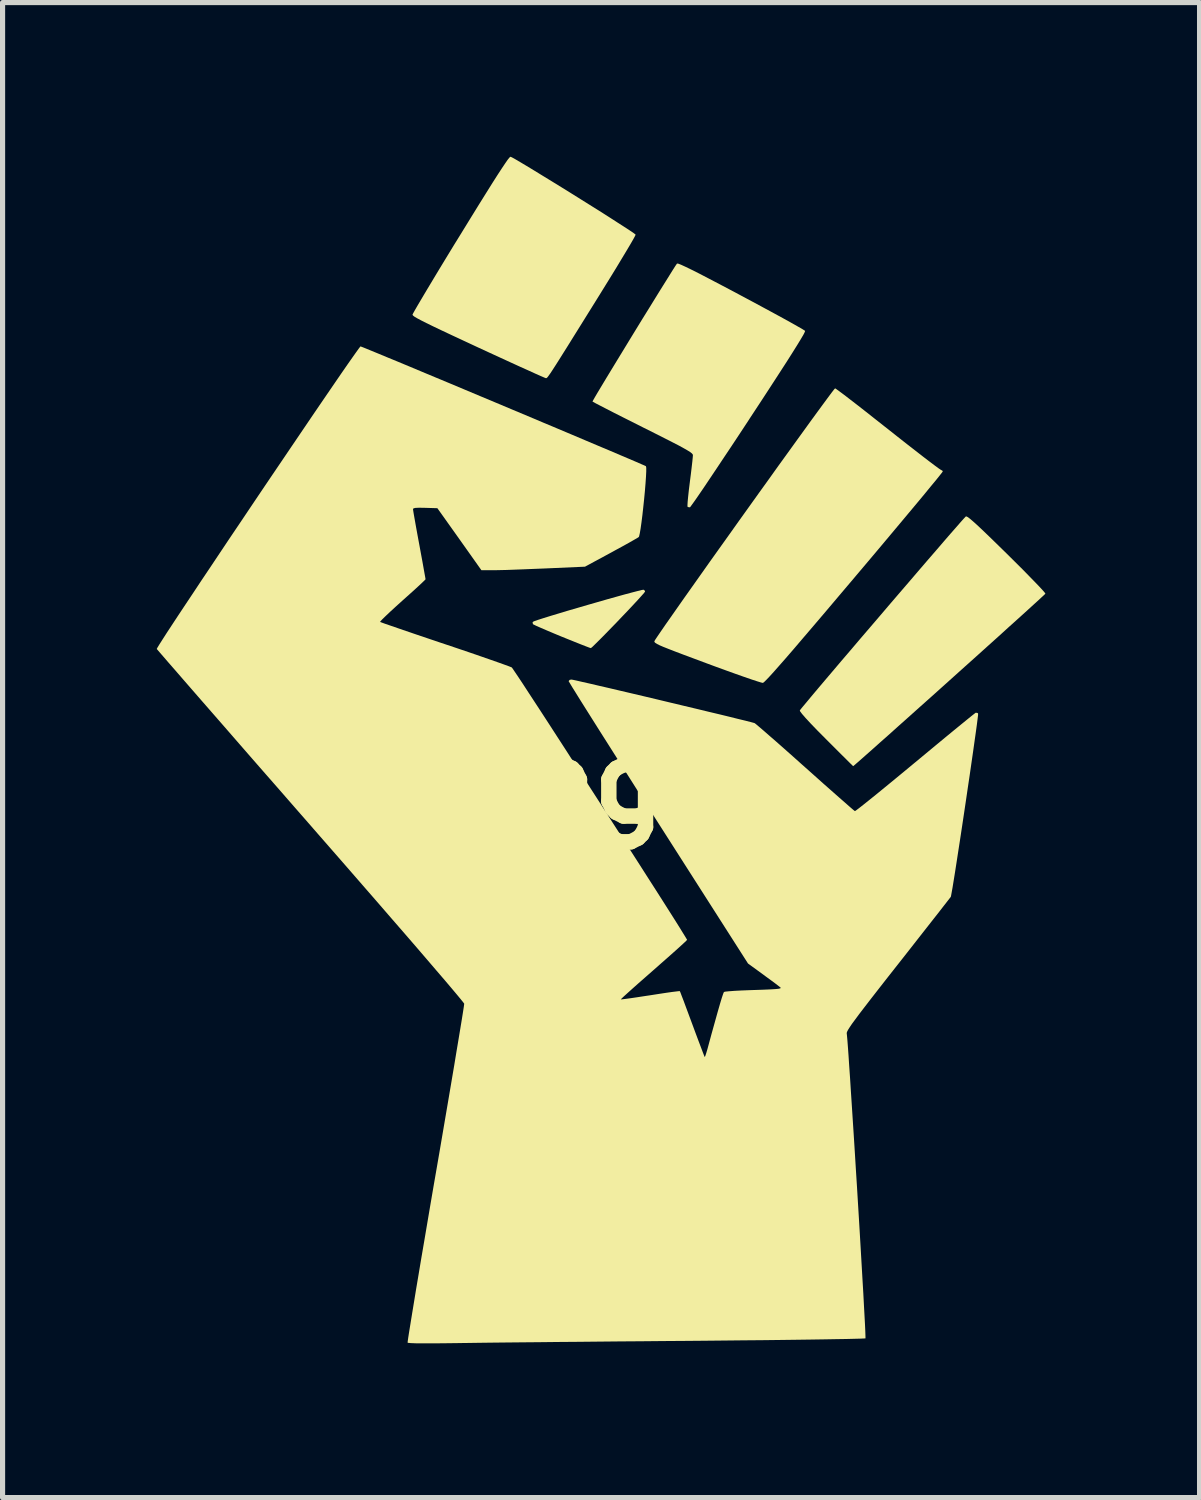
<source format=kicad_pcb>
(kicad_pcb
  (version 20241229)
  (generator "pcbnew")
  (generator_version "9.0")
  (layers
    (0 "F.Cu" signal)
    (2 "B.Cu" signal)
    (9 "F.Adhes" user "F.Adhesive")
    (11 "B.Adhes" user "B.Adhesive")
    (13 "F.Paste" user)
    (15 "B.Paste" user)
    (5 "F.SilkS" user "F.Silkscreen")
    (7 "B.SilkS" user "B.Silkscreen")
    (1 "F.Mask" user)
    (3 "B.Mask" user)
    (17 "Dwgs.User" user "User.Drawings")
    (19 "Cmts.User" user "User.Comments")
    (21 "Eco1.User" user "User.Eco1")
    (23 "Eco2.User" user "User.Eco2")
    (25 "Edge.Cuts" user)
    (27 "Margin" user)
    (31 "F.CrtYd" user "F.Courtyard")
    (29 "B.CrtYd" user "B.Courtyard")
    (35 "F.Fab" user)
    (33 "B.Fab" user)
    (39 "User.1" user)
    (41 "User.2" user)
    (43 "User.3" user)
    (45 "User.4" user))
  (footprint "logo"
    (layer "F.Cu")
    (at 8.796 12.15)
    (property "Reference" "logo" (at 0 0 0) (layer "F.SilkS") (effects (font (size 1.5 1.5) (thickness 0.3))))
    (attr board_only exclude_from_pos_files exclude_from_bom)
    (fp_poly (pts (xy 0.678 -3.725) (xy 0.704 -3.701) (xy 0.704 -3.689) (xy 0.685 -3.662) (xy 0.636 -3.607) (xy 0.564 -3.527) (xy 0.474 -3.43) (xy 0.37 -3.319) (xy 0.257 -3.201) (xy 0.141 -3.079) (xy 0.026 -2.961) (xy -0.082 -2.85) (xy -0.178 -2.753) (xy -0.258 -2.674) (xy -0.315 -2.618) (xy -0.347 -2.591) (xy -0.35 -2.59) (xy -0.38 -2.599) (xy -0.448 -2.625) (xy -0.548 -2.664) (xy -0.673 -2.714) (xy -0.817 -2.772) (xy -0.916 -2.812) (xy -1.068 -2.875) (xy -1.205 -2.933) (xy -1.321 -2.983) (xy -1.41 -3.022) (xy -1.463 -3.048) (xy -1.476 -3.055) (xy -1.484 -3.089) (xy -1.475 -3.102) (xy -1.445 -3.116) (xy -1.375 -3.14) (xy -1.269 -3.174) (xy -1.134 -3.216) (xy -0.975 -3.264) (xy -0.799 -3.317) (xy -0.61 -3.372) (xy -0.415 -3.429) (xy -0.22 -3.485) (xy -0.029 -3.54) (xy 0.15 -3.59) (xy 0.312 -3.635) (xy 0.451 -3.672) (xy 0.563 -3.701) (xy 0.639 -3.72) (xy 0.676 -3.726)) (stroke (width 0) (type solid)) (fill yes) (layer "F.SilkS"))
    (fp_poly (pts (xy 6.961 -5.151) (xy 6.99 -5.135) (xy 7.036 -5.099) (xy 7.101 -5.043) (xy 7.189 -4.963) (xy 7.301 -4.857) (xy 7.441 -4.722) (xy 7.61 -4.557) (xy 7.74 -4.43) (xy 7.899 -4.272) (xy 8.047 -4.125) (xy 8.179 -3.99) (xy 8.293 -3.873) (xy 8.385 -3.777) (xy 8.451 -3.705) (xy 8.488 -3.661) (xy 8.494 -3.649) (xy 8.476 -3.63) (xy 8.424 -3.582) (xy 8.342 -3.506) (xy 8.232 -3.406) (xy 8.097 -3.283) (xy 7.941 -3.142) (xy 7.765 -2.984) (xy 7.575 -2.811) (xy 7.371 -2.628) (xy 7.157 -2.435) (xy 6.936 -2.237) (xy 6.711 -2.035) (xy 6.485 -1.832) (xy 6.261 -1.631) (xy 6.041 -1.435) (xy 5.829 -1.245) (xy 5.628 -1.066) (xy 5.441 -0.898) (xy 5.269 -0.746) (xy 5.118 -0.611) (xy 4.989 -0.497) (xy 4.885 -0.405) (xy 4.809 -0.339) (xy 4.765 -0.301) (xy 4.754 -0.293) (xy 4.736 -0.31) (xy 4.688 -0.357) (xy 4.615 -0.43) (xy 4.519 -0.525) (xy 4.406 -0.638) (xy 4.28 -0.764) (xy 4.229 -0.815) (xy 4.065 -0.98) (xy 3.931 -1.119) (xy 3.829 -1.229) (xy 3.758 -1.311) (xy 3.721 -1.361) (xy 3.716 -1.376) (xy 3.732 -1.399) (xy 3.778 -1.455) (xy 3.851 -1.542) (xy 3.947 -1.658) (xy 4.065 -1.798) (xy 4.202 -1.96) (xy 4.355 -2.14) (xy 4.522 -2.337) (xy 4.701 -2.546) (xy 4.887 -2.765) (xy 5.08 -2.99) (xy 5.276 -3.219) (xy 5.472 -3.449) (xy 5.667 -3.676) (xy 5.858 -3.898) (xy 6.041 -4.112) (xy 6.214 -4.313) (xy 6.376 -4.5) (xy 6.522 -4.67) (xy 6.651 -4.819) (xy 6.761 -4.944) (xy 6.847 -5.043) (xy 6.908 -5.111) (xy 6.942 -5.147) (xy 6.946 -5.151)) (stroke (width 0) (type solid)) (fill yes) (layer "F.SilkS"))
    (fp_poly (pts (xy -1.885 -12.138) (xy -1.82 -12.102) (xy -1.723 -12.045) (xy -1.599 -11.971) (xy -1.452 -11.882) (xy -1.286 -11.78) (xy -1.106 -11.67) (xy -0.916 -11.553) (xy -0.721 -11.432) (xy -0.526 -11.31) (xy -0.334 -11.19) (xy -0.151 -11.075) (xy 0.019 -10.967) (xy 0.171 -10.869) (xy 0.302 -10.785) (xy 0.406 -10.717) (xy 0.48 -10.667) (xy 0.517 -10.639) (xy 0.521 -10.635) (xy 0.511 -10.61) (xy 0.477 -10.547) (xy 0.421 -10.45) (xy 0.346 -10.324) (xy 0.254 -10.171) (xy 0.148 -9.995) (xy 0.029 -9.801) (xy -0.101 -9.591) (xy -0.211 -9.413) (xy -0.393 -9.121) (xy -0.551 -8.867) (xy -0.687 -8.649) (xy -0.802 -8.464) (xy -0.899 -8.31) (xy -0.978 -8.184) (xy -1.043 -8.082) (xy -1.094 -8.003) (xy -1.133 -7.943) (xy -1.163 -7.901) (xy -1.184 -7.872) (xy -1.199 -7.854) (xy -1.21 -7.845) (xy -1.218 -7.842) (xy -1.224 -7.842) (xy -1.226 -7.842) (xy -1.254 -7.853) (xy -1.321 -7.882) (xy -1.425 -7.928) (xy -1.561 -7.99) (xy -1.726 -8.064) (xy -1.914 -8.15) (xy -2.123 -8.246) (xy -2.347 -8.349) (xy -2.54 -8.438) (xy -2.819 -8.568) (xy -3.057 -8.679) (xy -3.257 -8.773) (xy -3.42 -8.851) (xy -3.551 -8.915) (xy -3.652 -8.966) (xy -3.727 -9.006) (xy -3.778 -9.036) (xy -3.807 -9.058) (xy -3.819 -9.073) (xy -3.82 -9.077) (xy -3.807 -9.105) (xy -3.77 -9.171) (xy -3.712 -9.271) (xy -3.634 -9.403) (xy -3.539 -9.563) (xy -3.428 -9.748) (xy -3.304 -9.954) (xy -3.168 -10.178) (xy -3.023 -10.416) (xy -2.887 -10.636) (xy -2.697 -10.945) (xy -2.531 -11.214) (xy -2.387 -11.445) (xy -2.265 -11.64) (xy -2.163 -11.8) (xy -2.08 -11.927) (xy -2.015 -12.024) (xy -1.967 -12.093) (xy -1.934 -12.134) (xy -1.915 -12.15) (xy -1.913 -12.15)) (stroke (width 0) (type solid)) (fill yes) (layer "F.SilkS"))
    (fp_poly (pts (xy 1.351 -10.07) (xy 1.405 -10.049) (xy 1.49 -10.01) (xy 1.61 -9.952) (xy 1.765 -9.874) (xy 1.957 -9.774) (xy 2.188 -9.653) (xy 2.459 -9.51) (xy 2.58 -9.445) (xy 2.805 -9.325) (xy 3.018 -9.21) (xy 3.214 -9.104) (xy 3.39 -9.008) (xy 3.54 -8.925) (xy 3.662 -8.856) (xy 3.752 -8.805) (xy 3.805 -8.772) (xy 3.819 -8.762) (xy 3.813 -8.741) (xy 3.787 -8.689) (xy 3.739 -8.607) (xy 3.669 -8.492) (xy 3.576 -8.343) (xy 3.46 -8.16) (xy 3.319 -7.942) (xy 3.153 -7.686) (xy 2.962 -7.393) (xy 2.743 -7.06) (xy 2.726 -7.033) (xy 2.555 -6.773) (xy 2.391 -6.525) (xy 2.236 -6.293) (xy 2.093 -6.078) (xy 1.963 -5.884) (xy 1.849 -5.714) (xy 1.752 -5.572) (xy 1.674 -5.459) (xy 1.617 -5.38) (xy 1.585 -5.336) (xy 1.577 -5.329) (xy 1.539 -5.334) (xy 1.531 -5.342) (xy 1.53 -5.371) (xy 1.534 -5.441) (xy 1.544 -5.544) (xy 1.558 -5.672) (xy 1.576 -5.817) (xy 1.577 -5.826) (xy 1.596 -5.974) (xy 1.612 -6.109) (xy 1.625 -6.221) (xy 1.633 -6.302) (xy 1.636 -6.344) (xy 1.636 -6.344) (xy 1.632 -6.359) (xy 1.616 -6.378) (xy 1.586 -6.402) (xy 1.537 -6.433) (xy 1.466 -6.474) (xy 1.37 -6.527) (xy 1.244 -6.592) (xy 1.085 -6.673) (xy 0.889 -6.772) (xy 0.659 -6.887) (xy 0.457 -6.989) (xy 0.27 -7.083) (xy 0.1 -7.169) (xy -0.046 -7.244) (xy -0.166 -7.306) (xy -0.253 -7.351) (xy -0.305 -7.38) (xy -0.318 -7.388) (xy -0.305 -7.412) (xy -0.27 -7.474) (xy -0.214 -7.569) (xy -0.14 -7.692) (xy -0.051 -7.84) (xy 0.051 -8.008) (xy 0.163 -8.192) (xy 0.282 -8.387) (xy 0.405 -8.589) (xy 0.531 -8.795) (xy 0.656 -8.999) (xy 0.779 -9.197) (xy 0.895 -9.385) (xy 1.003 -9.56) (xy 1.1 -9.715) (xy 1.183 -9.848) (xy 1.249 -9.954) (xy 1.297 -10.029) (xy 1.324 -10.068) (xy 1.328 -10.072)) (stroke (width 0) (type solid)) (fill yes) (layer "F.SilkS"))
    (fp_poly (pts (xy 4.427 -7.629) (xy 4.486 -7.586) (xy 4.576 -7.519) (xy 4.693 -7.429) (xy 4.833 -7.321) (xy 4.993 -7.196) (xy 5.169 -7.057) (xy 5.358 -6.908) (xy 5.432 -6.85) (xy 5.624 -6.698) (xy 5.806 -6.555) (xy 5.973 -6.425) (xy 6.121 -6.31) (xy 6.248 -6.213) (xy 6.349 -6.137) (xy 6.42 -6.085) (xy 6.459 -6.059) (xy 6.464 -6.057) (xy 6.494 -6.039) (xy 6.497 -6.026) (xy 6.481 -6.003) (xy 6.436 -5.946) (xy 6.364 -5.856) (xy 6.265 -5.737) (xy 6.144 -5.589) (xy 6.001 -5.417) (xy 5.838 -5.222) (xy 5.658 -5.007) (xy 5.463 -4.774) (xy 5.255 -4.526) (xy 5.035 -4.265) (xy 4.805 -3.993) (xy 4.774 -3.956) (xy 4.48 -3.609) (xy 4.217 -3.298) (xy 3.982 -3.022) (xy 3.775 -2.78) (xy 3.596 -2.57) (xy 3.442 -2.392) (xy 3.312 -2.244) (xy 3.207 -2.125) (xy 3.124 -2.034) (xy 3.062 -1.969) (xy 3.021 -1.929) (xy 2.999 -1.913) (xy 2.997 -1.913) (xy 2.964 -1.92) (xy 2.889 -1.943) (xy 2.779 -1.979) (xy 2.637 -2.028) (xy 2.47 -2.087) (xy 2.281 -2.155) (xy 2.075 -2.23) (xy 1.91 -2.291) (xy 1.664 -2.383) (xy 1.46 -2.459) (xy 1.294 -2.522) (xy 1.163 -2.573) (xy 1.062 -2.613) (xy 0.988 -2.645) (xy 0.938 -2.67) (xy 0.906 -2.69) (xy 0.89 -2.706) (xy 0.886 -2.719) (xy 0.886 -2.723) (xy 0.901 -2.75) (xy 0.943 -2.813) (xy 1.009 -2.91) (xy 1.097 -3.038) (xy 1.205 -3.192) (xy 1.331 -3.372) (xy 1.472 -3.573) (xy 1.628 -3.793) (xy 1.795 -4.029) (xy 1.971 -4.278) (xy 2.155 -4.536) (xy 2.345 -4.802) (xy 2.537 -5.072) (xy 2.731 -5.343) (xy 2.924 -5.613) (xy 3.114 -5.877) (xy 3.298 -6.135) (xy 3.476 -6.381) (xy 3.644 -6.614) (xy 3.801 -6.831) (xy 3.944 -7.029) (xy 4.072 -7.204) (xy 4.182 -7.354) (xy 4.272 -7.476) (xy 4.34 -7.567) (xy 4.384 -7.624) (xy 4.403 -7.644) (xy 4.403 -7.644)) (stroke (width 0) (type solid)) (fill yes) (layer "F.SilkS"))
    (fp_poly (pts (xy -4.804 -8.45) (xy -4.736 -8.423) (xy -4.629 -8.379) (xy -4.488 -8.321) (xy -4.315 -8.249) (xy -4.113 -8.166) (xy -3.887 -8.072) (xy -3.639 -7.968) (xy -3.373 -7.857) (xy -3.092 -7.74) (xy -2.799 -7.617) (xy -2.499 -7.491) (xy -2.193 -7.363) (xy -1.886 -7.234) (xy -1.581 -7.106) (xy -1.28 -6.979) (xy -0.989 -6.857) (xy -0.709 -6.739) (xy -0.445 -6.627) (xy -0.199 -6.523) (xy 0.025 -6.429) (xy 0.224 -6.344) (xy 0.394 -6.272) (xy 0.532 -6.213) (xy 0.635 -6.168) (xy 0.7 -6.14) (xy 0.722 -6.129) (xy 0.728 -6.099) (xy 0.728 -6.028) (xy 0.723 -5.924) (xy 0.714 -5.794) (xy 0.702 -5.647) (xy 0.687 -5.49) (xy 0.67 -5.33) (xy 0.653 -5.176) (xy 0.635 -5.034) (xy 0.618 -4.913) (xy 0.602 -4.821) (xy 0.589 -4.764) (xy 0.582 -4.751) (xy 0.552 -4.731) (xy 0.485 -4.693) (xy 0.389 -4.638) (xy 0.268 -4.571) (xy 0.13 -4.496) (xy 0.043 -4.448) (xy -0.464 -4.174) (xy -1.252 -4.139) (xy -1.455 -4.131) (xy -1.653 -4.123) (xy -1.838 -4.116) (xy -2.002 -4.11) (xy -2.136 -4.107) (xy -2.233 -4.105) (xy -2.259 -4.105) (xy -2.479 -4.105) (xy -2.907 -4.709) (xy -3.336 -5.312) (xy -3.573 -5.319) (xy -3.688 -5.321) (xy -3.761 -5.318) (xy -3.8 -5.309) (xy -3.81 -5.295) (xy -3.806 -5.263) (xy -3.794 -5.19) (xy -3.775 -5.082) (xy -3.751 -4.946) (xy -3.722 -4.787) (xy -3.69 -4.614) (xy -3.688 -4.604) (xy -3.656 -4.43) (xy -3.627 -4.273) (xy -3.603 -4.138) (xy -3.584 -4.032) (xy -3.571 -3.96) (xy -3.566 -3.93) (xy -3.566 -3.929) (xy -3.583 -3.91) (xy -3.633 -3.862) (xy -3.708 -3.792) (xy -3.806 -3.702) (xy -3.921 -3.599) (xy -4.016 -3.514) (xy -4.139 -3.403) (xy -4.248 -3.303) (xy -4.338 -3.218) (xy -4.405 -3.153) (xy -4.443 -3.112) (xy -4.45 -3.099) (xy -4.424 -3.089) (xy -4.356 -3.064) (xy -4.251 -3.028) (xy -4.112 -2.98) (xy -3.944 -2.922) (xy -3.75 -2.856) (xy -3.537 -2.784) (xy -3.307 -2.706) (xy -3.175 -2.662) (xy -2.937 -2.582) (xy -2.713 -2.506) (xy -2.507 -2.435) (xy -2.323 -2.371) (xy -2.166 -2.316) (xy -2.04 -2.271) (xy -1.949 -2.238) (xy -1.898 -2.218) (xy -1.888 -2.213) (xy -1.868 -2.186) (xy -1.825 -2.122) (xy -1.759 -2.024) (xy -1.672 -1.893) (xy -1.568 -1.733) (xy -1.447 -1.548) (xy -1.311 -1.34) (xy -1.163 -1.112) (xy -1.004 -0.866) (xy -0.836 -0.607) (xy -0.662 -0.336) (xy -0.482 -0.058) (xy -0.299 0.226) (xy -0.115 0.512) (xy 0.068 0.797) (xy 0.249 1.078) (xy 0.425 1.353) (xy 0.595 1.618) (xy 0.756 1.87) (xy 0.908 2.107) (xy 1.047 2.325) (xy 1.172 2.522) (xy 1.281 2.694) (xy 1.372 2.839) (xy 1.443 2.954) (xy 1.493 3.035) (xy 1.519 3.079) (xy 1.523 3.087) (xy 1.502 3.109) (xy 1.449 3.159) (xy 1.368 3.233) (xy 1.262 3.328) (xy 1.137 3.439) (xy 0.996 3.563) (xy 0.868 3.676) (xy 0.719 3.807) (xy 0.582 3.927) (xy 0.462 4.034) (xy 0.363 4.123) (xy 0.289 4.19) (xy 0.245 4.232) (xy 0.233 4.246) (xy 0.258 4.244) (xy 0.324 4.236) (xy 0.426 4.222) (xy 0.555 4.203) (xy 0.705 4.18) (xy 0.806 4.165) (xy 0.966 4.14) (xy 1.11 4.118) (xy 1.229 4.101) (xy 1.319 4.09) (xy 1.371 4.084) (xy 1.381 4.084) (xy 1.392 4.108) (xy 1.416 4.172) (xy 1.454 4.27) (xy 1.501 4.397) (xy 1.556 4.545) (xy 1.617 4.709) (xy 1.623 4.725) (xy 1.684 4.89) (xy 1.74 5.04) (xy 1.789 5.169) (xy 1.827 5.27) (xy 1.853 5.337) (xy 1.865 5.366) (xy 1.866 5.366) (xy 1.876 5.349) (xy 1.894 5.295) (xy 1.918 5.214) (xy 1.926 5.185) (xy 1.998 4.919) (xy 2.063 4.686) (xy 2.118 4.489) (xy 2.164 4.329) (xy 2.2 4.21) (xy 2.226 4.133) (xy 2.24 4.101) (xy 2.24 4.101) (xy 2.269 4.094) (xy 2.34 4.087) (xy 2.446 4.079) (xy 2.578 4.072) (xy 2.731 4.066) (xy 2.817 4.063) (xy 2.999 4.057) (xy 3.137 4.051) (xy 3.236 4.045) (xy 3.3 4.039) (xy 3.335 4.031) (xy 3.345 4.022) (xy 3.341 4.015) (xy 3.311 3.991) (xy 3.249 3.943) (xy 3.163 3.879) (xy 3.06 3.804) (xy 3.009 3.766) (xy 2.708 3.547) (xy 0.963 0.815) (xy 0.751 0.483) (xy 0.546 0.162) (xy 0.351 -0.146) (xy 0.165 -0.438) (xy -0.008 -0.711) (xy -0.168 -0.963) (xy -0.313 -1.193) (xy -0.441 -1.396) (xy -0.551 -1.571) (xy -0.641 -1.716) (xy -0.711 -1.828) (xy -0.757 -1.905) (xy -0.78 -1.943) (xy -0.782 -1.948) (xy -0.761 -1.972) (xy -0.73 -1.978) (xy -0.699 -1.973) (xy -0.625 -1.957) (xy -0.513 -1.931) (xy -0.366 -1.898) (xy -0.191 -1.857) (xy 0.009 -1.811) (xy 0.229 -1.759) (xy 0.464 -1.704) (xy 0.71 -1.646) (xy 0.962 -1.586) (xy 1.216 -1.525) (xy 1.467 -1.465) (xy 1.711 -1.407) (xy 1.942 -1.351) (xy 2.157 -1.3) (xy 2.35 -1.253) (xy 2.518 -1.211) (xy 2.655 -1.178) (xy 2.757 -1.152) (xy 2.82 -1.135) (xy 2.837 -1.13) (xy 2.863 -1.11) (xy 2.921 -1.061) (xy 3.009 -0.986) (xy 3.122 -0.887) (xy 3.258 -0.769) (xy 3.412 -0.633) (xy 3.58 -0.484) (xy 3.76 -0.323) (xy 3.821 -0.269) (xy 4.004 -0.106) (xy 4.175 0.047) (xy 4.333 0.186) (xy 4.472 0.309) (xy 4.591 0.413) (xy 4.684 0.495) (xy 4.75 0.552) (xy 4.784 0.579) (xy 4.788 0.582) (xy 4.81 0.568) (xy 4.866 0.526) (xy 4.954 0.457) (xy 5.069 0.365) (xy 5.208 0.253) (xy 5.368 0.122) (xy 5.546 -0.024) (xy 5.739 -0.183) (xy 5.943 -0.352) (xy 5.959 -0.365) (xy 6.164 -0.535) (xy 6.358 -0.696) (xy 6.538 -0.845) (xy 6.701 -0.979) (xy 6.844 -1.096) (xy 6.962 -1.192) (xy 7.053 -1.266) (xy 7.114 -1.314) (xy 7.14 -1.333) (xy 7.141 -1.333) (xy 7.176 -1.327) (xy 7.185 -1.314) (xy 7.184 -1.285) (xy 7.175 -1.212) (xy 7.161 -1.101) (xy 7.141 -0.955) (xy 7.116 -0.779) (xy 7.088 -0.579) (xy 7.056 -0.358) (xy 7.022 -0.122) (xy 6.985 0.126) (xy 6.948 0.379) (xy 6.91 0.634) (xy 6.872 0.887) (xy 6.835 1.131) (xy 6.799 1.363) (xy 6.766 1.578) (xy 6.736 1.771) (xy 6.709 1.938) (xy 6.687 2.074) (xy 6.669 2.174) (xy 6.658 2.234) (xy 6.654 2.249) (xy 6.636 2.273) (xy 6.59 2.332) (xy 6.519 2.423) (xy 6.426 2.543) (xy 6.312 2.688) (xy 6.181 2.855) (xy 6.035 3.041) (xy 5.877 3.243) (xy 5.709 3.457) (xy 5.627 3.561) (xy 5.423 3.82) (xy 5.248 4.044) (xy 5.1 4.234) (xy 4.976 4.395) (xy 4.874 4.528) (xy 4.794 4.636) (xy 4.731 4.721) (xy 4.686 4.788) (xy 4.655 4.837) (xy 4.637 4.872) (xy 4.629 4.896) (xy 4.629 4.906) (xy 4.634 4.953) (xy 4.642 5.043) (xy 4.652 5.173) (xy 4.664 5.34) (xy 4.677 5.539) (xy 4.693 5.767) (xy 4.709 6.02) (xy 4.727 6.295) (xy 4.746 6.588) (xy 4.766 6.896) (xy 4.786 7.214) (xy 4.806 7.54) (xy 4.827 7.869) (xy 4.847 8.199) (xy 4.867 8.525) (xy 4.886 8.843) (xy 4.904 9.151) (xy 4.921 9.444) (xy 4.937 9.719) (xy 4.952 9.973) (xy 4.964 10.201) (xy 4.975 10.4) (xy 4.984 10.567) (xy 4.99 10.697) (xy 4.993 10.787) (xy 4.994 10.834) (xy 4.993 10.841) (xy 4.967 10.843) (xy 4.894 10.846) (xy 4.778 10.849) (xy 4.621 10.853) (xy 4.427 10.856) (xy 4.197 10.86) (xy 3.935 10.864) (xy 3.644 10.868) (xy 3.326 10.872) (xy 2.984 10.876) (xy 2.621 10.879) (xy 2.239 10.883) (xy 1.842 10.887) (xy 1.49 10.89) (xy 1.062 10.893) (xy 0.635 10.897) (xy 0.213 10.9) (xy -0.2 10.904) (xy -0.6 10.908) (xy -0.984 10.911) (xy -1.348 10.915) (xy -1.688 10.918) (xy -1.999 10.921) (xy -2.279 10.924) (xy -2.523 10.927) (xy -2.728 10.93) (xy -2.889 10.932) (xy -2.946 10.933) (xy -3.203 10.936) (xy -3.425 10.938) (xy -3.608 10.938) (xy -3.751 10.937) (xy -3.851 10.933) (xy -3.905 10.928) (xy -3.915 10.925) (xy -3.913 10.898) (xy -3.903 10.827) (xy -3.885 10.712) (xy -3.86 10.558) (xy -3.829 10.367) (xy -3.792 10.142) (xy -3.75 9.885) (xy -3.702 9.6) (xy -3.65 9.289) (xy -3.593 8.956) (xy -3.533 8.602) (xy -3.47 8.23) (xy -3.404 7.844) (xy -3.369 7.643) (xy -3.301 7.25) (xy -3.236 6.869) (xy -3.174 6.505) (xy -3.115 6.159) (xy -3.06 5.834) (xy -3.009 5.533) (xy -2.964 5.259) (xy -2.923 5.015) (xy -2.888 4.803) (xy -2.859 4.627) (xy -2.837 4.489) (xy -2.822 4.392) (xy -2.815 4.339) (xy -2.814 4.329) (xy -2.831 4.305) (xy -2.879 4.245) (xy -2.956 4.152) (xy -3.062 4.026) (xy -3.195 3.869) (xy -3.355 3.683) (xy -3.539 3.468) (xy -3.746 3.227) (xy -3.976 2.961) (xy -4.228 2.671) (xy -4.498 2.359) (xy -4.788 2.026) (xy -5.095 1.673) (xy -5.418 1.303) (xy -5.756 0.916) (xy -5.8 0.865) (xy -6.108 0.513) (xy -6.406 0.171) (xy -6.695 -0.159) (xy -6.972 -0.476) (xy -7.235 -0.778) (xy -7.483 -1.063) (xy -7.715 -1.329) (xy -7.929 -1.574) (xy -8.123 -1.797) (xy -8.296 -1.996) (xy -8.445 -2.168) (xy -8.571 -2.312) (xy -8.67 -2.427) (xy -8.742 -2.51) (xy -8.784 -2.559) (xy -8.796 -2.573) (xy -8.784 -2.597) (xy -8.747 -2.658) (xy -8.686 -2.754) (xy -8.604 -2.882) (xy -8.501 -3.039) (xy -8.38 -3.223) (xy -8.242 -3.431) (xy -8.09 -3.659) (xy -7.926 -3.907) (xy -7.75 -4.169) (xy -7.566 -4.445) (xy -7.375 -4.731) (xy -7.178 -5.023) (xy -6.978 -5.321) (xy -6.777 -5.62) (xy -6.575 -5.919) (xy -6.376 -6.213) (xy -6.181 -6.501) (xy -5.992 -6.78) (xy -5.811 -7.047) (xy -5.639 -7.3) (xy -5.479 -7.534) (xy -5.332 -7.749) (xy -5.201 -7.94) (xy -5.086 -8.106) (xy -4.99 -8.243) (xy -4.915 -8.349) (xy -4.863 -8.421) (xy -4.835 -8.457) (xy -4.831 -8.46)) (stroke (width 0) (type solid)) (fill yes) (layer "F.SilkS")))
  (gr_rect
    (start -3 -3)
    (end 20.29 26.089)
    (stroke (width 0.1) (type default))
    (fill no)
    (layer "Edge.Cuts")))
</source>
